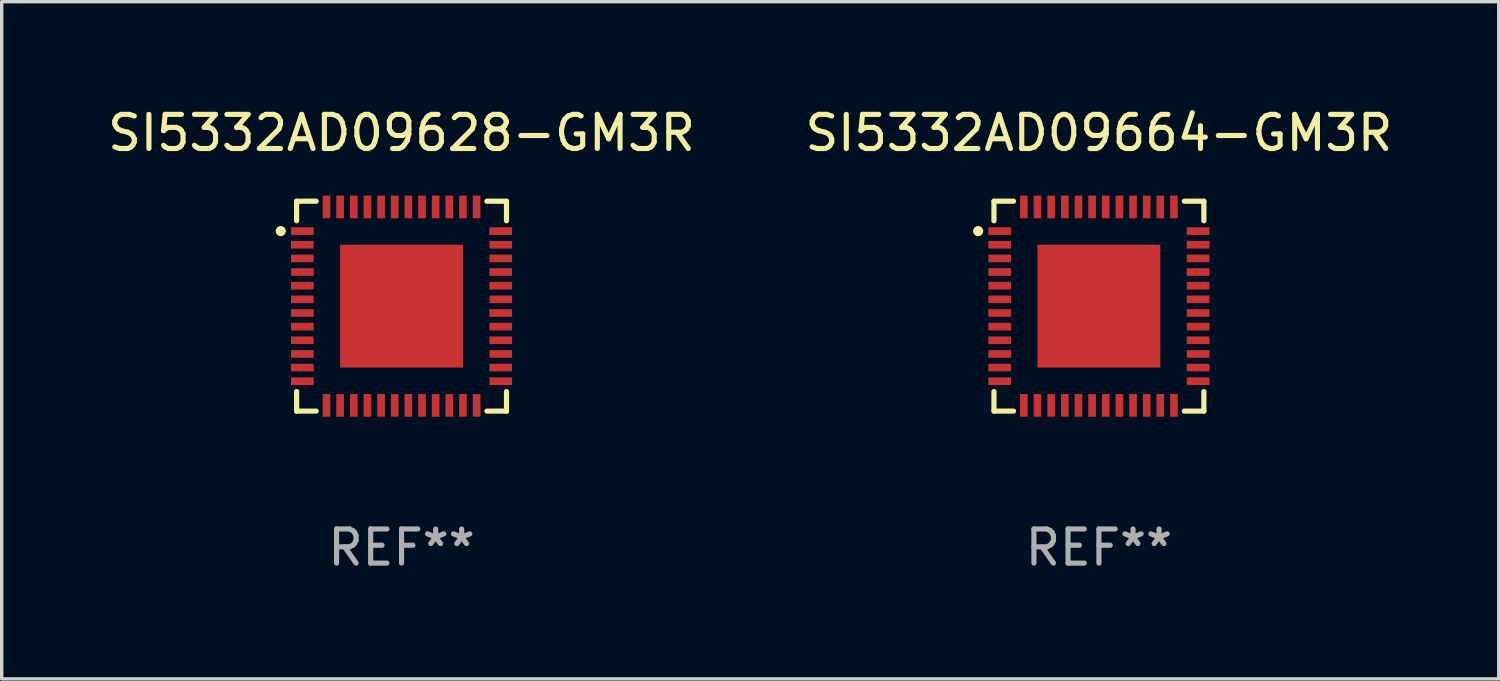
<source format=kicad_pcb>
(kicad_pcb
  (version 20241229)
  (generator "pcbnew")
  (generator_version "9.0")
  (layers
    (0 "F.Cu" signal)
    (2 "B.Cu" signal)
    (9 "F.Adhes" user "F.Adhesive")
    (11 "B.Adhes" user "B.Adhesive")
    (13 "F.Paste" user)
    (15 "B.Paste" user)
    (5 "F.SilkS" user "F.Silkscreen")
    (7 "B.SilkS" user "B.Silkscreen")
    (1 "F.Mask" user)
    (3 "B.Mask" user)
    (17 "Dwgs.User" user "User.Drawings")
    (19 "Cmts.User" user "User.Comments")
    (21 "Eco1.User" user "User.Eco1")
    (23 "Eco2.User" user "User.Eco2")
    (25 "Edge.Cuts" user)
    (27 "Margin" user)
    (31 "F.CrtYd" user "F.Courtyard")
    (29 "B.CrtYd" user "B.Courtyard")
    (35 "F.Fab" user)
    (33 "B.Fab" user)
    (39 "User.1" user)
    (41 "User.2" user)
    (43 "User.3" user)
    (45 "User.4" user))
  (footprint "SI5332AD09664-GM3R"
    (layer "F.Cu")
    (at 29.161 5.924)
    (property "Reference" "SI5332AD09664-GM3R" (at 0 -5.076 0) (layer "F.SilkS") (effects (font (size 1 1) (thickness 0.15))))
    (attr through_hole)
    (fp_line (start -3.076 -3.076) (end -3.076 -2.503) (stroke (width 0.152) (type solid)) (layer "F.SilkS"))
    (fp_line (start -3.076 3.076) (end -3.076 2.503) (stroke (width 0.152) (type solid)) (layer "F.SilkS"))
    (fp_line (start -2.503 -3.076) (end -3.076 -3.076) (stroke (width 0.152) (type solid)) (layer "F.SilkS"))
    (fp_line (start -2.503 3.076) (end -3.076 3.076) (stroke (width 0.152) (type solid)) (layer "F.SilkS"))
    (fp_line (start 2.503 -3.076) (end 3.076 -3.076) (stroke (width 0.152) (type solid)) (layer "F.SilkS"))
    (fp_line (start 2.503 3.076) (end 3.076 3.076) (stroke (width 0.152) (type solid)) (layer "F.SilkS"))
    (fp_line (start 3.076 -3.076) (end 3.076 -2.503) (stroke (width 0.152) (type solid)) (layer "F.SilkS"))
    (fp_line (start 3.076 3.076) (end 3.076 2.503) (stroke (width 0.152) (type solid)) (layer "F.SilkS"))
    (fp_circle (center -3.54 -2.2) (end -3.465 -2.2) (stroke (width 0.15) (type solid)) (fill no) (layer "F.SilkS"))
    (fp_text user "REF**" (at 0 7.076 0) (layer "F.Fab") (effects (font (size 1 1) (thickness 0.15))))
    (pad "1" smd rect (at -2.908 -2.2) (size 0.665 0.224) (layers "F.Cu" "F.Mask" "F.Paste"))
    (pad "2" smd rect (at -2.908 -1.8) (size 0.665 0.224) (layers "F.Cu" "F.Mask" "F.Paste"))
    (pad "3" smd rect (at -2.908 -1.4) (size 0.665 0.224) (layers "F.Cu" "F.Mask" "F.Paste"))
    (pad "4" smd rect (at -2.908 -1) (size 0.665 0.224) (layers "F.Cu" "F.Mask" "F.Paste"))
    (pad "5" smd rect (at -2.908 -0.6) (size 0.665 0.224) (layers "F.Cu" "F.Mask" "F.Paste"))
    (pad "6" smd rect (at -2.908 -0.2) (size 0.665 0.224) (layers "F.Cu" "F.Mask" "F.Paste"))
    (pad "7" smd rect (at -2.908 0.2) (size 0.665 0.224) (layers "F.Cu" "F.Mask" "F.Paste"))
    (pad "8" smd rect (at -2.908 0.6) (size 0.665 0.224) (layers "F.Cu" "F.Mask" "F.Paste"))
    (pad "9" smd rect (at -2.908 1) (size 0.665 0.224) (layers "F.Cu" "F.Mask" "F.Paste"))
    (pad "10" smd rect (at -2.908 1.4) (size 0.665 0.224) (layers "F.Cu" "F.Mask" "F.Paste"))
    (pad "11" smd rect (at -2.908 1.8) (size 0.665 0.224) (layers "F.Cu" "F.Mask" "F.Paste"))
    (pad "12" smd rect (at -2.908 2.2) (size 0.665 0.224) (layers "F.Cu" "F.Mask" "F.Paste"))
    (pad "13" smd rect (at -2.2 2.908) (size 0.224 0.665) (layers "F.Cu" "F.Mask" "F.Paste"))
    (pad "14" smd rect (at -1.8 2.908) (size 0.224 0.665) (layers "F.Cu" "F.Mask" "F.Paste"))
    (pad "15" smd rect (at -1.4 2.908) (size 0.224 0.665) (layers "F.Cu" "F.Mask" "F.Paste"))
    (pad "16" smd rect (at -1 2.908) (size 0.224 0.665) (layers "F.Cu" "F.Mask" "F.Paste"))
    (pad "17" smd rect (at -0.6 2.908) (size 0.224 0.665) (layers "F.Cu" "F.Mask" "F.Paste"))
    (pad "18" smd rect (at -0.2 2.908) (size 0.224 0.665) (layers "F.Cu" "F.Mask" "F.Paste"))
    (pad "19" smd rect (at 0.2 2.908) (size 0.224 0.665) (layers "F.Cu" "F.Mask" "F.Paste"))
    (pad "20" smd rect (at 0.6 2.908) (size 0.224 0.665) (layers "F.Cu" "F.Mask" "F.Paste"))
    (pad "21" smd rect (at 1 2.908) (size 0.224 0.665) (layers "F.Cu" "F.Mask" "F.Paste"))
    (pad "22" smd rect (at 1.4 2.908) (size 0.224 0.665) (layers "F.Cu" "F.Mask" "F.Paste"))
    (pad "23" smd rect (at 1.8 2.908) (size 0.224 0.665) (layers "F.Cu" "F.Mask" "F.Paste"))
    (pad "24" smd rect (at 2.2 2.908) (size 0.224 0.665) (layers "F.Cu" "F.Mask" "F.Paste"))
    (pad "25" smd rect (at 2.908 2.2) (size 0.665 0.224) (layers "F.Cu" "F.Mask" "F.Paste"))
    (pad "26" smd rect (at 2.908 1.8) (size 0.665 0.224) (layers "F.Cu" "F.Mask" "F.Paste"))
    (pad "27" smd rect (at 2.908 1.4) (size 0.665 0.224) (layers "F.Cu" "F.Mask" "F.Paste"))
    (pad "28" smd rect (at 2.908 1) (size 0.665 0.224) (layers "F.Cu" "F.Mask" "F.Paste"))
    (pad "29" smd rect (at 2.908 0.6) (size 0.665 0.224) (layers "F.Cu" "F.Mask" "F.Paste"))
    (pad "30" smd rect (at 2.908 0.2) (size 0.665 0.224) (layers "F.Cu" "F.Mask" "F.Paste"))
    (pad "31" smd rect (at 2.908 -0.2) (size 0.665 0.224) (layers "F.Cu" "F.Mask" "F.Paste"))
    (pad "32" smd rect (at 2.908 -0.6) (size 0.665 0.224) (layers "F.Cu" "F.Mask" "F.Paste"))
    (pad "33" smd rect (at 2.908 -1) (size 0.665 0.224) (layers "F.Cu" "F.Mask" "F.Paste"))
    (pad "34" smd rect (at 2.908 -1.4) (size 0.665 0.224) (layers "F.Cu" "F.Mask" "F.Paste"))
    (pad "35" smd rect (at 2.908 -1.8) (size 0.665 0.224) (layers "F.Cu" "F.Mask" "F.Paste"))
    (pad "36" smd rect (at 2.908 -2.2) (size 0.665 0.224) (layers "F.Cu" "F.Mask" "F.Paste"))
    (pad "37" smd rect (at 2.2 -2.908) (size 0.224 0.665) (layers "F.Cu" "F.Mask" "F.Paste"))
    (pad "38" smd rect (at 1.8 -2.908) (size 0.224 0.665) (layers "F.Cu" "F.Mask" "F.Paste"))
    (pad "39" smd rect (at 1.4 -2.908) (size 0.224 0.665) (layers "F.Cu" "F.Mask" "F.Paste"))
    (pad "40" smd rect (at 1 -2.908) (size 0.224 0.665) (layers "F.Cu" "F.Mask" "F.Paste"))
    (pad "41" smd rect (at 0.6 -2.908) (size 0.224 0.665) (layers "F.Cu" "F.Mask" "F.Paste"))
    (pad "42" smd rect (at 0.2 -2.908) (size 0.224 0.665) (layers "F.Cu" "F.Mask" "F.Paste"))
    (pad "43" smd rect (at -0.2 -2.908) (size 0.224 0.665) (layers "F.Cu" "F.Mask" "F.Paste"))
    (pad "44" smd rect (at -0.6 -2.908) (size 0.224 0.665) (layers "F.Cu" "F.Mask" "F.Paste"))
    (pad "45" smd rect (at -1 -2.908) (size 0.224 0.665) (layers "F.Cu" "F.Mask" "F.Paste"))
    (pad "46" smd rect (at -1.4 -2.908) (size 0.224 0.665) (layers "F.Cu" "F.Mask" "F.Paste"))
    (pad "47" smd rect (at -1.8 -2.908) (size 0.224 0.665) (layers "F.Cu" "F.Mask" "F.Paste"))
    (pad "48" smd rect (at -2.2 -2.908) (size 0.224 0.665) (layers "F.Cu" "F.Mask" "F.Paste"))
    (pad "49" smd rect (at 0 0) (size 3.6 3.6) (layers "F.Cu" "F.Mask" "F.Paste")))
  (footprint "SI5332AD09628-GM3R"
    (layer "F.Cu")
    (at 8.72 5.924)
    (property "Reference" "SI5332AD09628-GM3R" (at 0 -5.076 0) (layer "F.SilkS") (effects (font (size 1 1) (thickness 0.15))))
    (attr through_hole)
    (fp_line (start -3.076 -3.076) (end -3.076 -2.503) (stroke (width 0.152) (type solid)) (layer "F.SilkS"))
    (fp_line (start -3.076 3.076) (end -3.076 2.503) (stroke (width 0.152) (type solid)) (layer "F.SilkS"))
    (fp_line (start -2.503 -3.076) (end -3.076 -3.076) (stroke (width 0.152) (type solid)) (layer "F.SilkS"))
    (fp_line (start -2.503 3.076) (end -3.076 3.076) (stroke (width 0.152) (type solid)) (layer "F.SilkS"))
    (fp_line (start 2.503 -3.076) (end 3.076 -3.076) (stroke (width 0.152) (type solid)) (layer "F.SilkS"))
    (fp_line (start 2.503 3.076) (end 3.076 3.076) (stroke (width 0.152) (type solid)) (layer "F.SilkS"))
    (fp_line (start 3.076 -3.076) (end 3.076 -2.503) (stroke (width 0.152) (type solid)) (layer "F.SilkS"))
    (fp_line (start 3.076 3.076) (end 3.076 2.503) (stroke (width 0.152) (type solid)) (layer "F.SilkS"))
    (fp_circle (center -3.54 -2.2) (end -3.465 -2.2) (stroke (width 0.15) (type solid)) (fill no) (layer "F.SilkS"))
    (fp_text user "REF**" (at 0 7.076 0) (layer "F.Fab") (effects (font (size 1 1) (thickness 0.15))))
    (pad "1" smd rect (at -2.908 -2.2) (size 0.665 0.224) (layers "F.Cu" "F.Mask" "F.Paste"))
    (pad "2" smd rect (at -2.908 -1.8) (size 0.665 0.224) (layers "F.Cu" "F.Mask" "F.Paste"))
    (pad "3" smd rect (at -2.908 -1.4) (size 0.665 0.224) (layers "F.Cu" "F.Mask" "F.Paste"))
    (pad "4" smd rect (at -2.908 -1) (size 0.665 0.224) (layers "F.Cu" "F.Mask" "F.Paste"))
    (pad "5" smd rect (at -2.908 -0.6) (size 0.665 0.224) (layers "F.Cu" "F.Mask" "F.Paste"))
    (pad "6" smd rect (at -2.908 -0.2) (size 0.665 0.224) (layers "F.Cu" "F.Mask" "F.Paste"))
    (pad "7" smd rect (at -2.908 0.2) (size 0.665 0.224) (layers "F.Cu" "F.Mask" "F.Paste"))
    (pad "8" smd rect (at -2.908 0.6) (size 0.665 0.224) (layers "F.Cu" "F.Mask" "F.Paste"))
    (pad "9" smd rect (at -2.908 1) (size 0.665 0.224) (layers "F.Cu" "F.Mask" "F.Paste"))
    (pad "10" smd rect (at -2.908 1.4) (size 0.665 0.224) (layers "F.Cu" "F.Mask" "F.Paste"))
    (pad "11" smd rect (at -2.908 1.8) (size 0.665 0.224) (layers "F.Cu" "F.Mask" "F.Paste"))
    (pad "12" smd rect (at -2.908 2.2) (size 0.665 0.224) (layers "F.Cu" "F.Mask" "F.Paste"))
    (pad "13" smd rect (at -2.2 2.908) (size 0.224 0.665) (layers "F.Cu" "F.Mask" "F.Paste"))
    (pad "14" smd rect (at -1.8 2.908) (size 0.224 0.665) (layers "F.Cu" "F.Mask" "F.Paste"))
    (pad "15" smd rect (at -1.4 2.908) (size 0.224 0.665) (layers "F.Cu" "F.Mask" "F.Paste"))
    (pad "16" smd rect (at -1 2.908) (size 0.224 0.665) (layers "F.Cu" "F.Mask" "F.Paste"))
    (pad "17" smd rect (at -0.6 2.908) (size 0.224 0.665) (layers "F.Cu" "F.Mask" "F.Paste"))
    (pad "18" smd rect (at -0.2 2.908) (size 0.224 0.665) (layers "F.Cu" "F.Mask" "F.Paste"))
    (pad "19" smd rect (at 0.2 2.908) (size 0.224 0.665) (layers "F.Cu" "F.Mask" "F.Paste"))
    (pad "20" smd rect (at 0.6 2.908) (size 0.224 0.665) (layers "F.Cu" "F.Mask" "F.Paste"))
    (pad "21" smd rect (at 1 2.908) (size 0.224 0.665) (layers "F.Cu" "F.Mask" "F.Paste"))
    (pad "22" smd rect (at 1.4 2.908) (size 0.224 0.665) (layers "F.Cu" "F.Mask" "F.Paste"))
    (pad "23" smd rect (at 1.8 2.908) (size 0.224 0.665) (layers "F.Cu" "F.Mask" "F.Paste"))
    (pad "24" smd rect (at 2.2 2.908) (size 0.224 0.665) (layers "F.Cu" "F.Mask" "F.Paste"))
    (pad "25" smd rect (at 2.908 2.2) (size 0.665 0.224) (layers "F.Cu" "F.Mask" "F.Paste"))
    (pad "26" smd rect (at 2.908 1.8) (size 0.665 0.224) (layers "F.Cu" "F.Mask" "F.Paste"))
    (pad "27" smd rect (at 2.908 1.4) (size 0.665 0.224) (layers "F.Cu" "F.Mask" "F.Paste"))
    (pad "28" smd rect (at 2.908 1) (size 0.665 0.224) (layers "F.Cu" "F.Mask" "F.Paste"))
    (pad "29" smd rect (at 2.908 0.6) (size 0.665 0.224) (layers "F.Cu" "F.Mask" "F.Paste"))
    (pad "30" smd rect (at 2.908 0.2) (size 0.665 0.224) (layers "F.Cu" "F.Mask" "F.Paste"))
    (pad "31" smd rect (at 2.908 -0.2) (size 0.665 0.224) (layers "F.Cu" "F.Mask" "F.Paste"))
    (pad "32" smd rect (at 2.908 -0.6) (size 0.665 0.224) (layers "F.Cu" "F.Mask" "F.Paste"))
    (pad "33" smd rect (at 2.908 -1) (size 0.665 0.224) (layers "F.Cu" "F.Mask" "F.Paste"))
    (pad "34" smd rect (at 2.908 -1.4) (size 0.665 0.224) (layers "F.Cu" "F.Mask" "F.Paste"))
    (pad "35" smd rect (at 2.908 -1.8) (size 0.665 0.224) (layers "F.Cu" "F.Mask" "F.Paste"))
    (pad "36" smd rect (at 2.908 -2.2) (size 0.665 0.224) (layers "F.Cu" "F.Mask" "F.Paste"))
    (pad "37" smd rect (at 2.2 -2.908) (size 0.224 0.665) (layers "F.Cu" "F.Mask" "F.Paste"))
    (pad "38" smd rect (at 1.8 -2.908) (size 0.224 0.665) (layers "F.Cu" "F.Mask" "F.Paste"))
    (pad "39" smd rect (at 1.4 -2.908) (size 0.224 0.665) (layers "F.Cu" "F.Mask" "F.Paste"))
    (pad "40" smd rect (at 1 -2.908) (size 0.224 0.665) (layers "F.Cu" "F.Mask" "F.Paste"))
    (pad "41" smd rect (at 0.6 -2.908) (size 0.224 0.665) (layers "F.Cu" "F.Mask" "F.Paste"))
    (pad "42" smd rect (at 0.2 -2.908) (size 0.224 0.665) (layers "F.Cu" "F.Mask" "F.Paste"))
    (pad "43" smd rect (at -0.2 -2.908) (size 0.224 0.665) (layers "F.Cu" "F.Mask" "F.Paste"))
    (pad "44" smd rect (at -0.6 -2.908) (size 0.224 0.665) (layers "F.Cu" "F.Mask" "F.Paste"))
    (pad "45" smd rect (at -1 -2.908) (size 0.224 0.665) (layers "F.Cu" "F.Mask" "F.Paste"))
    (pad "46" smd rect (at -1.4 -2.908) (size 0.224 0.665) (layers "F.Cu" "F.Mask" "F.Paste"))
    (pad "47" smd rect (at -1.8 -2.908) (size 0.224 0.665) (layers "F.Cu" "F.Mask" "F.Paste"))
    (pad "48" smd rect (at -2.2 -2.908) (size 0.224 0.665) (layers "F.Cu" "F.Mask" "F.Paste"))
    (pad "49" smd rect (at 0 0) (size 3.6 3.6) (layers "F.Cu" "F.Mask" "F.Paste")))
  (gr_rect
    (start -3 -3)
    (end 40.881 16.849)
    (stroke (width 0.1) (type default))
    (fill no)
    (layer "Edge.Cuts")))
</source>
